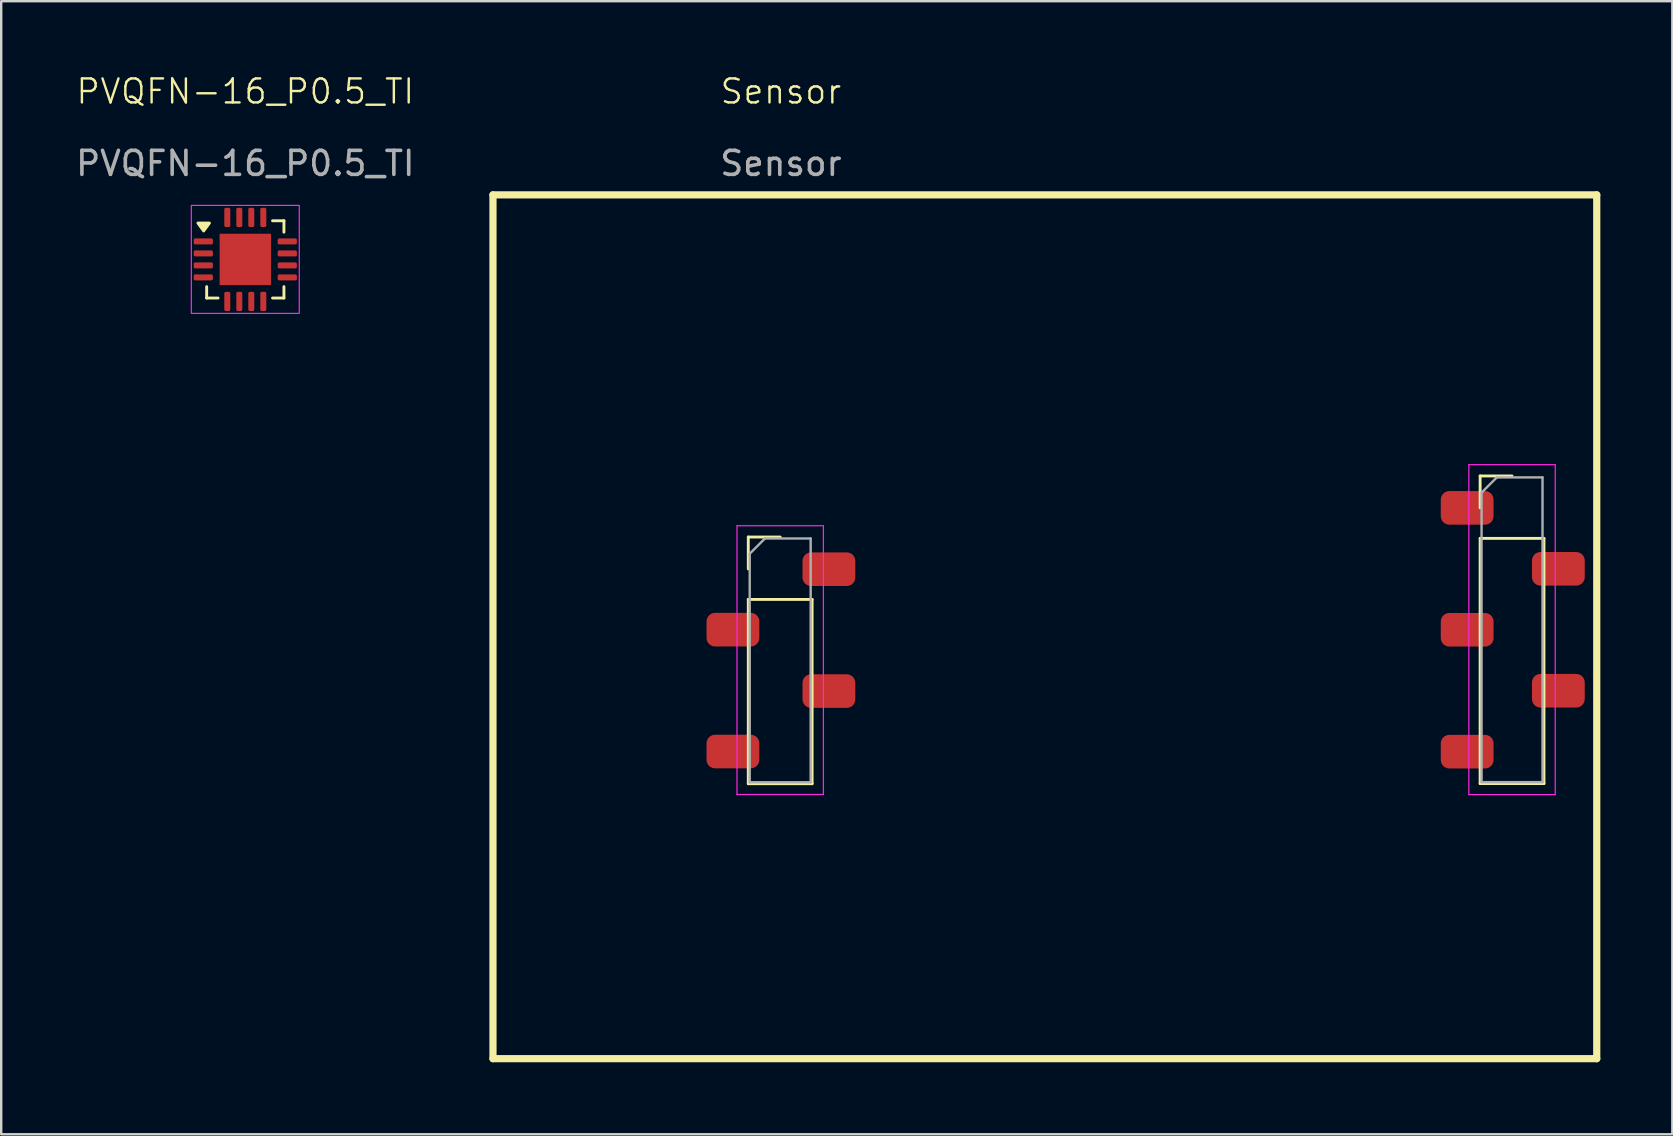
<source format=kicad_pcb>
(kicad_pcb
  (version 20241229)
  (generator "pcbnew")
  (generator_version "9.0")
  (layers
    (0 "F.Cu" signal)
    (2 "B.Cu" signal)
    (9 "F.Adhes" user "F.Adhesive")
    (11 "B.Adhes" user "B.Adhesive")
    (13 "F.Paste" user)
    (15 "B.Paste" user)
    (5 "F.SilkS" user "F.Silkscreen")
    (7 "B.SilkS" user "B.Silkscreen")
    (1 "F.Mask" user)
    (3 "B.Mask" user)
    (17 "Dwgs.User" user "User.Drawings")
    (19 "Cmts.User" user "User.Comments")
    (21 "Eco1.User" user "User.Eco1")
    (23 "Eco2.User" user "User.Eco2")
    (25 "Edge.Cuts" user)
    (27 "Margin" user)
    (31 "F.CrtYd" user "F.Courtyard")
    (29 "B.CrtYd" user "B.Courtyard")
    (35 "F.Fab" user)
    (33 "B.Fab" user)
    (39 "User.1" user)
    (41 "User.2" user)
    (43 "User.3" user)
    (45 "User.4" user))
  (footprint "PVQFN-16_P0.5_TI"
    (layer "F.Cu")
    (at 7.173 7.761)
    (property "Reference" "PVQFN-16_P0.5_TI" (at 0 -7 0) (unlocked yes) (layer "F.SilkS") (effects (font (size 1 1) (thickness 0.1))))
    (attr smd)
    (fp_line (start -1.61 1.61) (end -1.61 1.135) (stroke (width 0.12) (type solid)) (layer "F.SilkS"))
    (fp_line (start -1.135 1.61) (end -1.61 1.61) (stroke (width 0.12) (type solid)) (layer "F.SilkS"))
    (fp_line (start 1.135 -1.61) (end 1.61 -1.61) (stroke (width 0.12) (type solid)) (layer "F.SilkS"))
    (fp_line (start 1.135 1.61) (end 1.61 1.61) (stroke (width 0.12) (type solid)) (layer "F.SilkS"))
    (fp_line (start 1.61 -1.61) (end 1.61 -1.135) (stroke (width 0.12) (type solid)) (layer "F.SilkS"))
    (fp_line (start 1.61 1.61) (end 1.61 1.135) (stroke (width 0.12) (type solid)) (layer "F.SilkS"))
    (fp_poly (pts (xy -1.735 -1.185) (xy -1.975 -1.515) (xy -1.495 -1.515) (xy -1.735 -1.185)) (stroke (width 0.12) (type solid)) (fill yes) (layer "F.SilkS"))
    (fp_rect (start -2.25 -2.25) (end 2.25 2.25) (stroke (width 0.05) (type default)) (fill no) (layer "F.CrtYd"))
    (fp_text user "${REFERENCE}" (at 0 -4 0) (unlocked yes) (layer "F.Fab") (effects (font (size 1 1) (thickness 0.15))))
    (pad "1" smd roundrect (at -1.75 -0.75) (size 0.8 0.25) (layers "F.Cu" "F.Mask" "F.Paste") (roundrect_rratio 0.25))
    (pad "2" smd roundrect (at -1.75 -0.25) (size 0.8 0.25) (layers "F.Cu" "F.Mask" "F.Paste") (roundrect_rratio 0.25))
    (pad "3" smd roundrect (at -1.75 0.25) (size 0.8 0.25) (layers "F.Cu" "F.Mask" "F.Paste") (roundrect_rratio 0.25))
    (pad "4" smd roundrect (at -1.75 0.75) (size 0.8 0.25) (layers "F.Cu" "F.Mask" "F.Paste") (roundrect_rratio 0.25))
    (pad "5" smd roundrect (at -0.75 1.75) (size 0.25 0.8) (layers "F.Cu" "F.Mask" "F.Paste") (roundrect_rratio 0.25))
    (pad "6" smd roundrect (at -0.25 1.75) (size 0.25 0.8) (layers "F.Cu" "F.Mask" "F.Paste") (roundrect_rratio 0.25))
    (pad "7" smd roundrect (at 0.25 1.75) (size 0.25 0.8) (layers "F.Cu" "F.Mask" "F.Paste") (roundrect_rratio 0.25))
    (pad "8" smd roundrect (at 0.75 1.75) (size 0.25 0.8) (layers "F.Cu" "F.Mask" "F.Paste") (roundrect_rratio 0.25))
    (pad "9" smd roundrect (at 1.75 0.75) (size 0.8 0.25) (layers "F.Cu" "F.Mask" "F.Paste") (roundrect_rratio 0.25))
    (pad "10" smd roundrect (at 1.75 0.25) (size 0.8 0.25) (layers "F.Cu" "F.Mask" "F.Paste") (roundrect_rratio 0.25))
    (pad "11" smd roundrect (at 1.75 -0.25) (size 0.8 0.25) (layers "F.Cu" "F.Mask" "F.Paste") (roundrect_rratio 0.25))
    (pad "12" smd roundrect (at 1.75 -0.75) (size 0.8 0.25) (layers "F.Cu" "F.Mask" "F.Paste") (roundrect_rratio 0.25))
    (pad "13" smd roundrect (at 0.75 -1.75) (size 0.25 0.8) (layers "F.Cu" "F.Mask" "F.Paste") (roundrect_rratio 0.25))
    (pad "14" smd roundrect (at 0.25 -1.75) (size 0.25 0.8) (layers "F.Cu" "F.Mask" "F.Paste") (roundrect_rratio 0.25))
    (pad "15" smd roundrect (at -0.25 -1.75) (size 0.25 0.8) (layers "F.Cu" "F.Mask" "F.Paste") (roundrect_rratio 0.25))
    (pad "16" smd roundrect (at -0.75 -1.75) (size 0.25 0.8) (layers "F.Cu" "F.Mask" "F.Paste") (roundrect_rratio 0.25))
    (pad "17" smd rect (at 0 0) (size 2.14 2.14) (layers "F.Cu" "F.Mask")))
  (footprint "Sensor"
    (layer "F.Cu")
    (at 29.495 5.071)
    (property "Reference" "Sensor" (at 0 -4.31 0) (unlocked yes) (layer "F.SilkS") (effects (font (size 1 1) (thickness 0.1))))
    (attr through_hole)
    (fp_line (start -12 0) (end -12 36) (stroke (width 0.3) (type default)) (layer "F.SilkS"))
    (fp_line (start -12 0) (end 34 0) (stroke (width 0.3) (type default)) (layer "F.SilkS"))
    (fp_line (start -12 36) (end 34 36) (stroke (width 0.3) (type default)) (layer "F.SilkS"))
    (fp_line (start -1.36 14.26) (end -0.03 14.26) (stroke (width 0.12) (type solid)) (layer "F.SilkS"))
    (fp_line (start -1.36 15.59) (end -1.36 14.26) (stroke (width 0.12) (type solid)) (layer "F.SilkS"))
    (fp_line (start -1.36 16.86) (end -1.36 24.54) (stroke (width 0.12) (type solid)) (layer "F.SilkS"))
    (fp_line (start -1.36 16.86) (end 1.3 16.86) (stroke (width 0.12) (type solid)) (layer "F.SilkS"))
    (fp_line (start -1.36 24.54) (end 1.3 24.54) (stroke (width 0.12) (type solid)) (layer "F.SilkS"))
    (fp_line (start 1.3 16.86) (end 1.3 24.54) (stroke (width 0.12) (type solid)) (layer "F.SilkS"))
    (fp_line (start 29.14 11.715) (end 30.47 11.715) (stroke (width 0.12) (type solid)) (layer "F.SilkS"))
    (fp_line (start 29.14 13.045) (end 29.14 11.715) (stroke (width 0.12) (type solid)) (layer "F.SilkS"))
    (fp_line (start 29.14 14.315) (end 29.14 24.535) (stroke (width 0.12) (type solid)) (layer "F.SilkS"))
    (fp_line (start 29.14 14.315) (end 31.8 14.315) (stroke (width 0.12) (type solid)) (layer "F.SilkS"))
    (fp_line (start 29.14 24.535) (end 31.8 24.535) (stroke (width 0.12) (type solid)) (layer "F.SilkS"))
    (fp_line (start 31.8 14.315) (end 31.8 24.535) (stroke (width 0.12) (type solid)) (layer "F.SilkS"))
    (fp_line (start 34 0) (end 34 36) (stroke (width 0.3) (type default)) (layer "F.SilkS"))
    (fp_line (start -1.83 13.79) (end -1.83 24.99) (stroke (width 0.05) (type solid)) (layer "F.CrtYd"))
    (fp_line (start -1.83 24.99) (end 1.77 24.99) (stroke (width 0.05) (type solid)) (layer "F.CrtYd"))
    (fp_line (start 1.77 13.79) (end -1.83 13.79) (stroke (width 0.05) (type solid)) (layer "F.CrtYd"))
    (fp_line (start 1.77 24.99) (end 1.77 13.79) (stroke (width 0.05) (type solid)) (layer "F.CrtYd"))
    (fp_line (start 28.67 11.245) (end 28.67 24.995) (stroke (width 0.05) (type solid)) (layer "F.CrtYd"))
    (fp_line (start 28.67 24.995) (end 32.27 24.995) (stroke (width 0.05) (type solid)) (layer "F.CrtYd"))
    (fp_line (start 32.27 11.245) (end 28.67 11.245) (stroke (width 0.05) (type solid)) (layer "F.CrtYd"))
    (fp_line (start 32.27 24.995) (end 32.27 11.245) (stroke (width 0.05) (type solid)) (layer "F.CrtYd"))
    (fp_line (start -1.3 14.955) (end -0.665 14.32) (stroke (width 0.1) (type solid)) (layer "F.Fab"))
    (fp_line (start -1.3 24.48) (end -1.3 14.955) (stroke (width 0.1) (type solid)) (layer "F.Fab"))
    (fp_line (start -0.665 14.32) (end 1.24 14.32) (stroke (width 0.1) (type solid)) (layer "F.Fab"))
    (fp_line (start 1.24 14.32) (end 1.24 24.48) (stroke (width 0.1) (type solid)) (layer "F.Fab"))
    (fp_line (start 1.24 24.48) (end -1.3 24.48) (stroke (width 0.1) (type solid)) (layer "F.Fab"))
    (fp_line (start 29.2 12.41) (end 29.835 11.775) (stroke (width 0.1) (type solid)) (layer "F.Fab"))
    (fp_line (start 29.2 24.475) (end 29.2 12.41) (stroke (width 0.1) (type solid)) (layer "F.Fab"))
    (fp_line (start 29.835 11.775) (end 31.74 11.775) (stroke (width 0.1) (type solid)) (layer "F.Fab"))
    (fp_line (start 31.74 11.775) (end 31.74 24.475) (stroke (width 0.1) (type solid)) (layer "F.Fab"))
    (fp_line (start 31.74 24.475) (end 29.2 24.475) (stroke (width 0.1) (type solid)) (layer "F.Fab"))
    (fp_text user "${REFERENCE}" (at 0 -1.31 0) (unlocked yes) (layer "F.Fab") (effects (font (size 1 1) (thickness 0.15))))
    (pad "1" smd roundrect (at 2 15.6) (size 2.2 1.4) (layers "F.Cu" "F.Mask") (roundrect_rratio 0.25))
    (pad "2" smd roundrect (at -2 18.12) (size 2.2 1.4) (layers "F.Cu" "F.Mask") (roundrect_rratio 0.25))
    (pad "3" smd roundrect (at 2 20.68) (size 2.2 1.4) (layers "F.Cu" "F.Mask") (roundrect_rratio 0.25))
    (pad "4" smd roundrect (at -2 23.2) (size 2.2 1.4) (layers "F.Cu" "F.Mask") (roundrect_rratio 0.25))
    (pad "5" smd roundrect (at 28.6 13.045) (size 2.2 1.4) (layers "F.Cu" "F.Mask") (roundrect_rratio 0.25))
    (pad "6" smd roundrect (at 32.4 15.585) (size 2.2 1.4) (layers "F.Cu" "F.Mask") (roundrect_rratio 0.25))
    (pad "7" smd roundrect (at 28.6 18.125) (size 2.2 1.4) (layers "F.Cu" "F.Mask") (roundrect_rratio 0.25))
    (pad "8" smd roundrect (at 32.4 20.665) (size 2.2 1.4) (layers "F.Cu" "F.Mask") (roundrect_rratio 0.25))
    (pad "9" smd roundrect (at 28.6 23.205) (size 2.2 1.4) (layers "F.Cu" "F.Mask") (roundrect_rratio 0.25)))
  (gr_rect
    (start -3 -3)
    (end 66.645 44.221)
    (stroke (width 0.1) (type default))
    (fill no)
    (layer "Edge.Cuts")))
</source>
